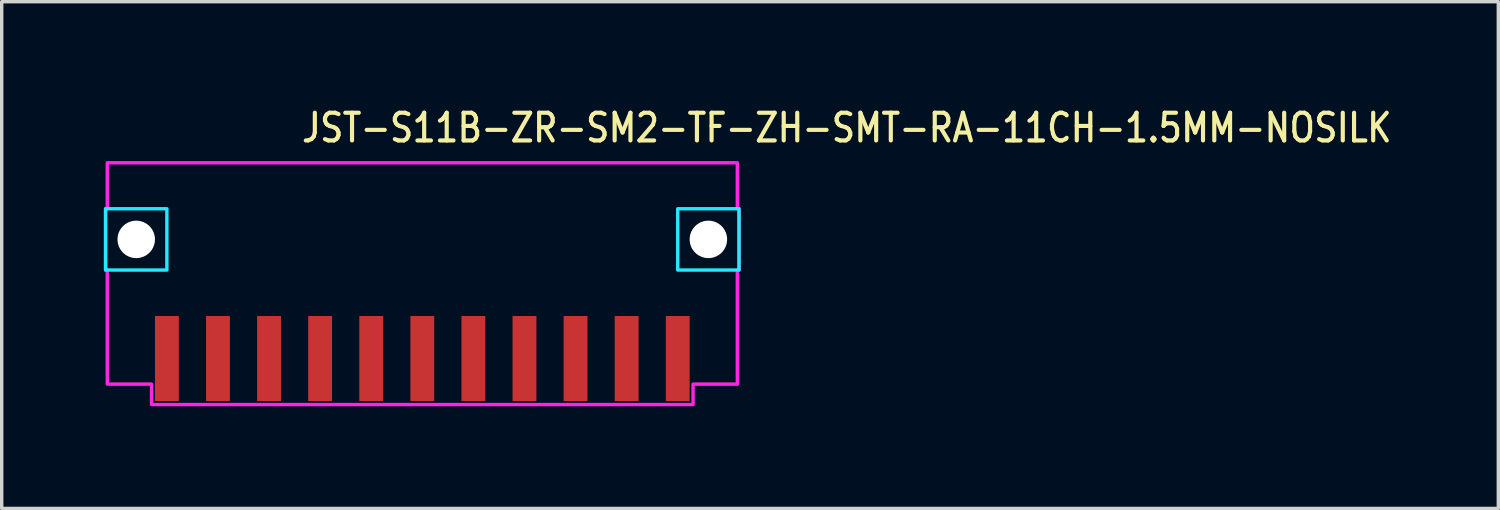
<source format=kicad_pcb>
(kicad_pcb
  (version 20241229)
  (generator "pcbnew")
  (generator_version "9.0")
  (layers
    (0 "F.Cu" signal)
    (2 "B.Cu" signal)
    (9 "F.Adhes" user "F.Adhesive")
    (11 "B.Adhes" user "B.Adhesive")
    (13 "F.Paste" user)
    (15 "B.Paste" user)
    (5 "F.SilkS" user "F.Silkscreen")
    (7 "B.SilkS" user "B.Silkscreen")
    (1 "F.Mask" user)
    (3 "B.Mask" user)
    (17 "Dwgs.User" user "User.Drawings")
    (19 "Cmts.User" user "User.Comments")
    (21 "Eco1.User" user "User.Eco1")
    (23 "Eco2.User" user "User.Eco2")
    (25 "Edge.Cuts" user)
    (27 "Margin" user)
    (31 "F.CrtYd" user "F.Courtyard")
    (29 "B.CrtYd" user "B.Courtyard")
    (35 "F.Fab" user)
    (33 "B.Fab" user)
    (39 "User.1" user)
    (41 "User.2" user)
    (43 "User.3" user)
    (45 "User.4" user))
  (footprint "JST-S11B-ZR-SM2-TF-ZH-SMT-RA-11CH-1.5MM-NOSILK"
    (layer "F.Cu")
    (at 9.35 3.979)
    (property "Reference" "JST-S11B-ZR-SM2-TF-ZH-SMT-RA-11CH-1.5MM-NOSILK" (at -3.6 -2.8 0) (unlocked yes) (layer "F.SilkS") (effects (font (size 0.813 0.695) (thickness 0.122)) (justify left bottom)))
    (fp_poly (pts (xy -9.3 -0.9) (xy -9.3 0.9) (xy -7.5 0.9) (xy -7.5 -0.9)) (stroke (width 0.1) (type solid)) (fill no) (layer "B.CrtYd"))
    (fp_poly (pts (xy 9.3 -0.9) (xy 9.3 0.9) (xy 7.5 0.9) (xy 7.5 -0.9)) (stroke (width 0.1) (type solid)) (fill no) (layer "B.CrtYd"))
    (fp_poly (pts (xy -9.25 -2.25) (xy -9.25 -0.9) (xy -9.3 -0.9) (xy -9.3 0.9) (xy -9.25 0.9) (xy -9.25 4.25) (xy -7.95 4.25) (xy -7.95 4.85) (xy 7.95 4.85) (xy 7.95 4.25) (xy 9.25 4.25) (xy 9.25 0.9) (xy 9.3 0.9) (xy 9.3 -0.9) (xy 9.25 -0.9) (xy 9.25 -2.25)) (stroke (width 0.1) (type solid)) (fill no) (layer "F.CrtYd"))
    (pad "" np_thru_hole circle (at -8.4 0) (size 1.1 1.1) (drill 1.1) (layers "*.Cu" "*.Mask"))
    (pad "" np_thru_hole circle (at 8.4 0) (size 1.1 1.1) (drill 1.1) (layers "*.Cu" "*.Mask"))
    (pad "1" smd rect (at 7.5 3.5) (size 0.7 2.5) (layers "F.Cu" "F.Mask" "F.Paste"))
    (pad "2" smd rect (at 6 3.5) (size 0.7 2.5) (layers "F.Cu" "F.Mask" "F.Paste"))
    (pad "3" smd rect (at 4.5 3.5) (size 0.7 2.5) (layers "F.Cu" "F.Mask" "F.Paste"))
    (pad "4" smd rect (at 3 3.5) (size 0.7 2.5) (layers "F.Cu" "F.Mask" "F.Paste"))
    (pad "5" smd rect (at 1.5 3.5) (size 0.7 2.5) (layers "F.Cu" "F.Mask" "F.Paste"))
    (pad "6" smd rect (at 0 3.5) (size 0.7 2.5) (layers "F.Cu" "F.Mask" "F.Paste"))
    (pad "7" smd rect (at -1.5 3.5) (size 0.7 2.5) (layers "F.Cu" "F.Mask" "F.Paste"))
    (pad "8" smd rect (at -3 3.5) (size 0.7 2.5) (layers "F.Cu" "F.Mask" "F.Paste"))
    (pad "9" smd rect (at -4.5 3.5) (size 0.7 2.5) (layers "F.Cu" "F.Mask" "F.Paste"))
    (pad "10" smd rect (at -6 3.5) (size 0.7 2.5) (layers "F.Cu" "F.Mask" "F.Paste"))
    (pad "11" smd rect (at -7.5 3.5) (size 0.7 2.5) (layers "F.Cu" "F.Mask" "F.Paste")))
  (gr_rect
    (start -3 -3)
    (end 40.944 11.879)
    (stroke (width 0.1) (type default))
    (fill no)
    (layer "Edge.Cuts")))
</source>
